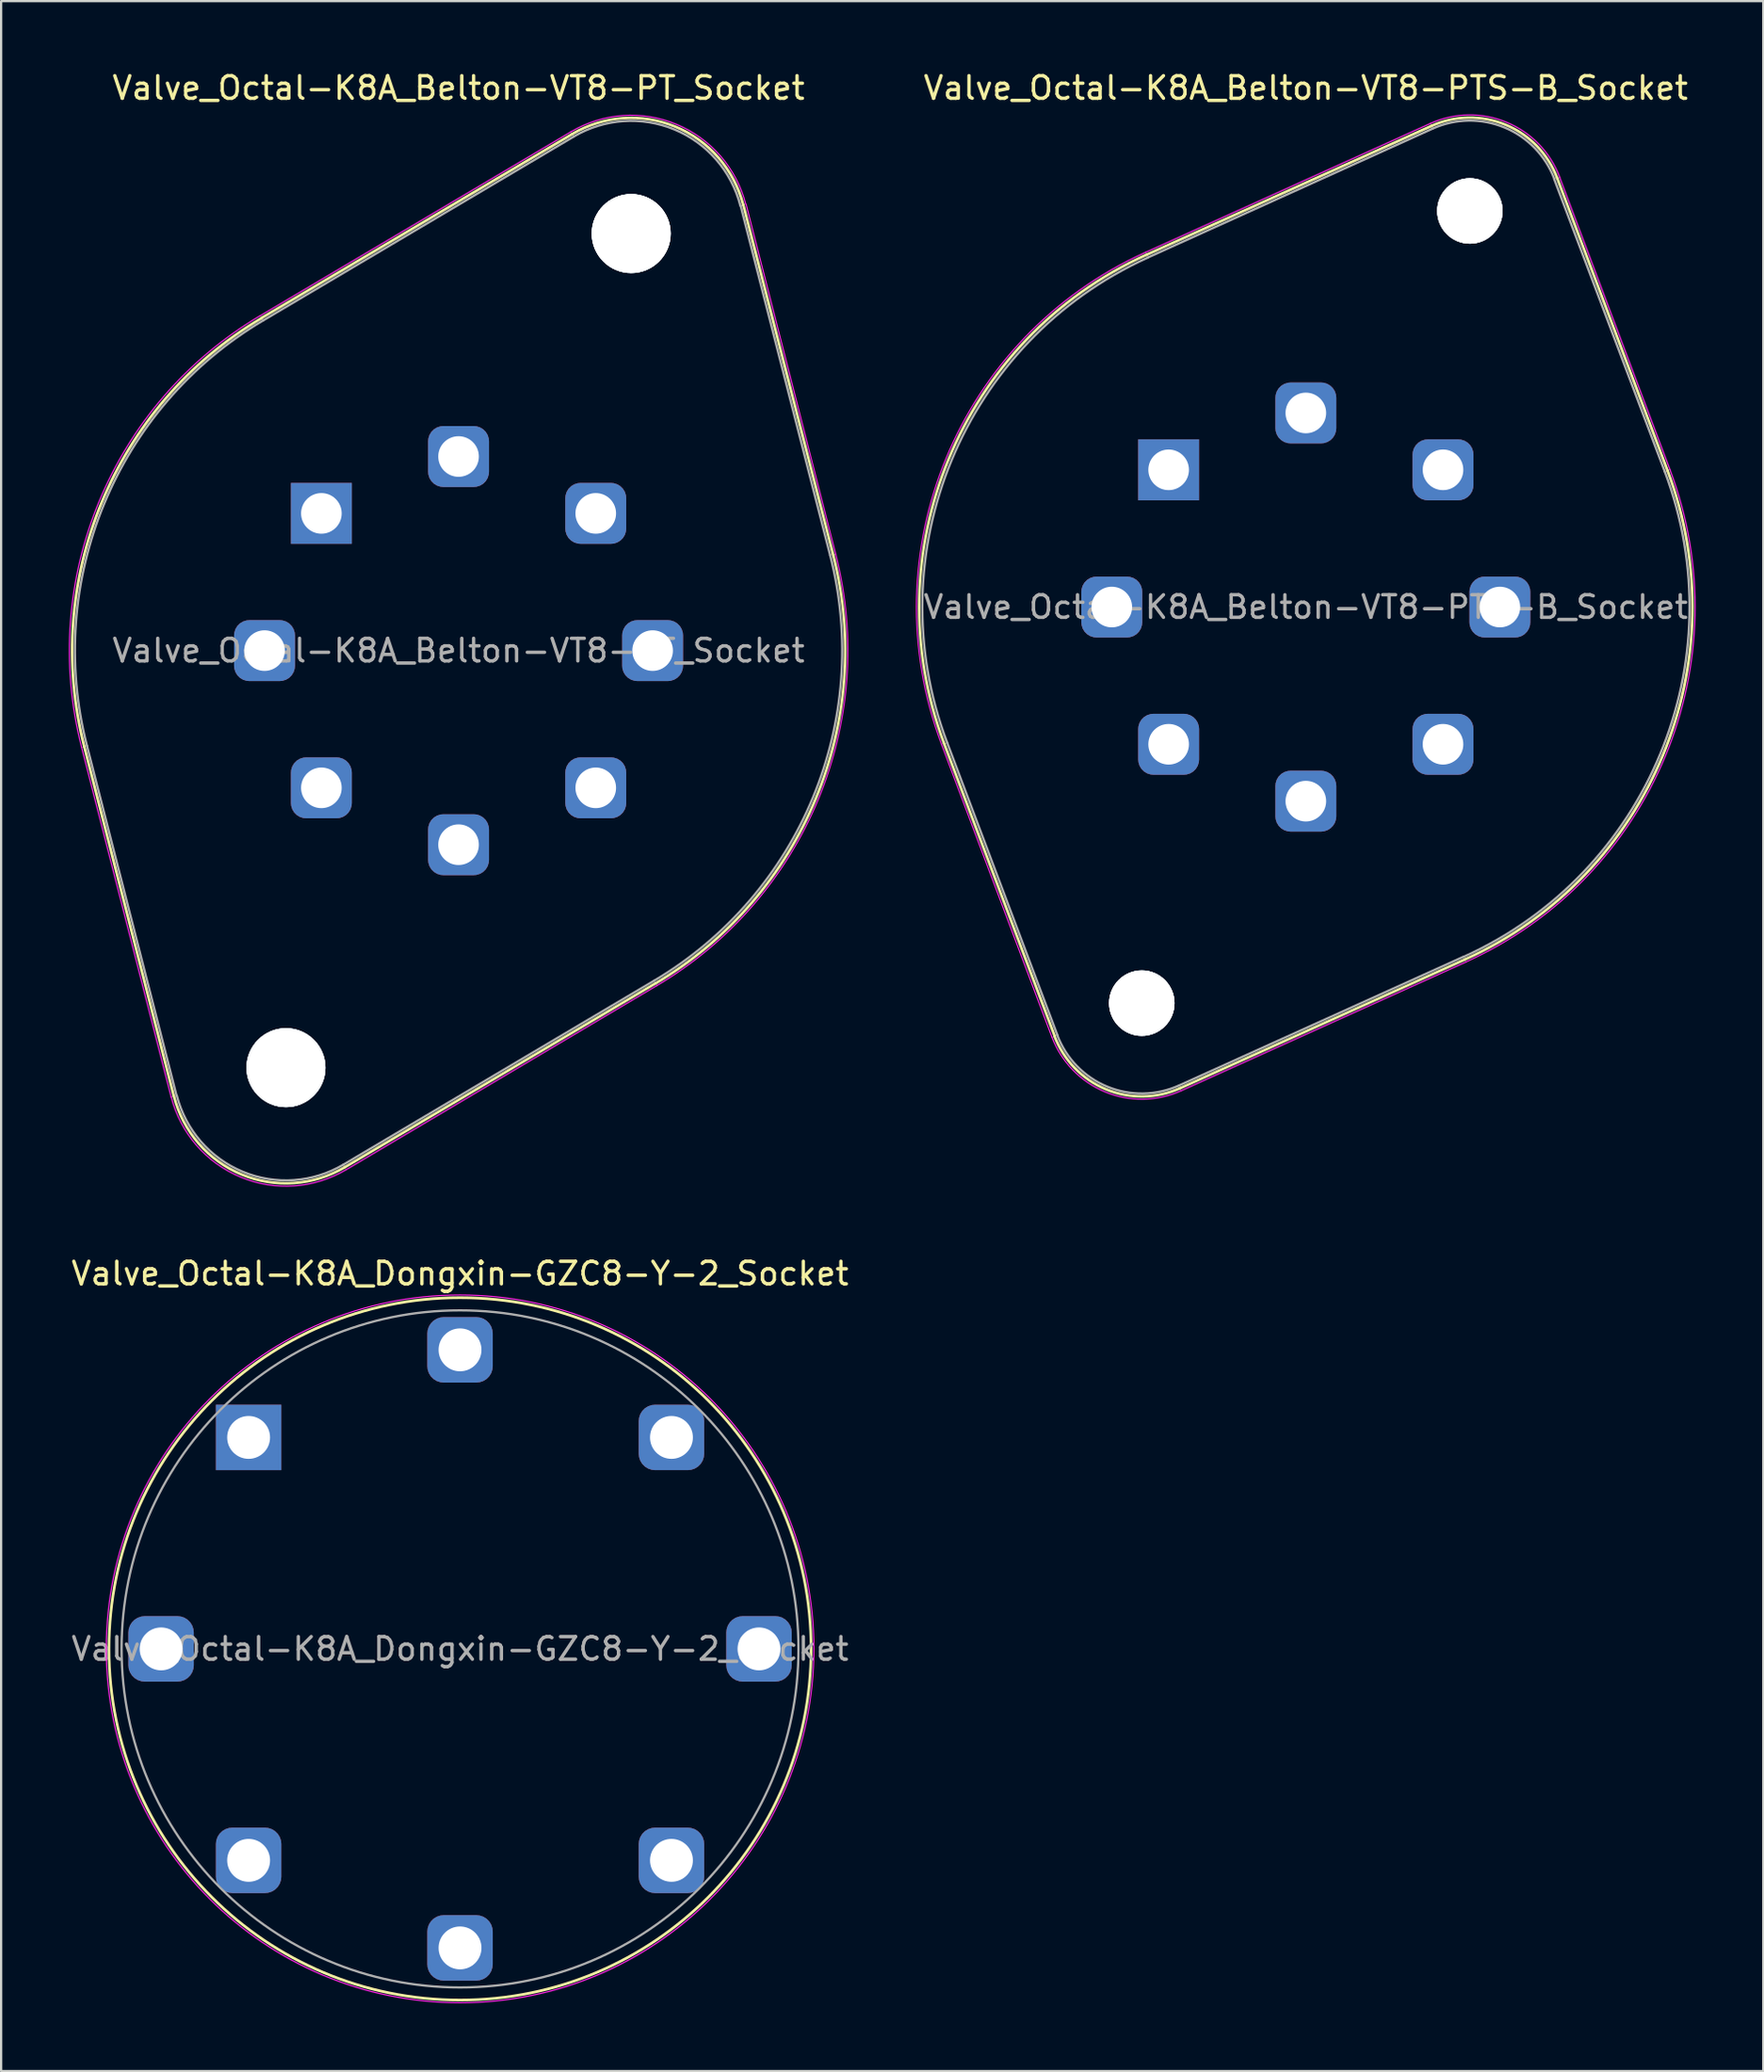
<source format=kicad_pcb>
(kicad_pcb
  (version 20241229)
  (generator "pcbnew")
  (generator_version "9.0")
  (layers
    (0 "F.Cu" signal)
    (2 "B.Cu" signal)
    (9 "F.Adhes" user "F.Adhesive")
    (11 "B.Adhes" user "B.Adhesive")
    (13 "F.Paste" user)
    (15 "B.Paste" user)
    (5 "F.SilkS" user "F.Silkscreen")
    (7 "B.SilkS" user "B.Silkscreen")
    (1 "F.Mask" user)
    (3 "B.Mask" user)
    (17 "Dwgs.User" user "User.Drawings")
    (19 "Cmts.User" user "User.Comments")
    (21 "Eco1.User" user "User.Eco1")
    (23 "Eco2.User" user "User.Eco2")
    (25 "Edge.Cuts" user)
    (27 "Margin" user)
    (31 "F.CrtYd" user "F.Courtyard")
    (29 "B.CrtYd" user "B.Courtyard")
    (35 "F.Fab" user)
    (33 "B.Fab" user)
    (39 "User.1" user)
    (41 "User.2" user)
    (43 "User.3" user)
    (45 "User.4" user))
  (footprint "Valve_Octal-K8A_Belton-VT8-PTS-B_Socket"
    (layer "F.Cu")
    (at 48.745 17.768)
    (property "Reference" "Valve_Octal-K8A_Belton-VT8-PTS-B_Socket" (at 6.08 -16.92 0) (layer "F.SilkS") (effects (font (size 1 1) (thickness 0.15))))
    (attr through_hole)
    (fp_line (start -5.05 25.09) (end -9.95 12.13) (stroke (width 0.12) (type solid)) (layer "F.SilkS"))
    (fp_line (start -0.98 -9.53) (end 11.65 -15.24) (stroke (width 0.12) (type solid)) (layer "F.SilkS"))
    (fp_line (start 0.51 27.4) (end 13.14 21.69) (stroke (width 0.12) (type solid)) (layer "F.SilkS"))
    (fp_line (start 17.22 -12.93) (end 22.11 0.03) (stroke (width 0.12) (type solid)) (layer "F.SilkS"))
    (fp_arc (start -9.95 12.13) (mid -9.749739 -0.476123) (end -0.978221 -9.532332) (stroke (width 0.12) (type solid)) (layer "F.SilkS"))
    (fp_arc (start 0.51 27.4) (mid -2.776148 27.449298) (end -5.060577 25.086548) (stroke (width 0.12) (type solid)) (layer "F.SilkS"))
    (fp_arc (start 11.65 -15.24) (mid 14.936148 -15.289298) (end 17.220577 -12.926548) (stroke (width 0.12) (type solid)) (layer "F.SilkS"))
    (fp_arc (start 22.11 0.03) (mid 21.909739 12.636123) (end 13.138221 21.692332) (stroke (width 0.12) (type solid)) (layer "F.SilkS"))
    (fp_line (start -5.17 25.14) (end -10.06 12.17) (stroke (width 0.05) (type solid)) (layer "F.CrtYd"))
    (fp_line (start -1.02 -9.64) (end 11.6 -15.35) (stroke (width 0.05) (type solid)) (layer "F.CrtYd"))
    (fp_line (start 0.56 27.51) (end 13.19 21.8) (stroke (width 0.05) (type solid)) (layer "F.CrtYd"))
    (fp_line (start 17.33 -12.97) (end 22.22 -0.01) (stroke (width 0.05) (type solid)) (layer "F.CrtYd"))
    (fp_arc (start -10.06 12.17) (mid -9.857328 -0.522218) (end -1.025142 -9.639563) (stroke (width 0.05) (type solid)) (layer "F.CrtYd"))
    (fp_arc (start 0.56 27.51) (mid -2.822156 27.561026) (end -5.173537 25.129444) (stroke (width 0.05) (type solid)) (layer "F.CrtYd"))
    (fp_arc (start 11.6 -15.35) (mid 14.982156 -15.401026) (end 17.333537 -12.969444) (stroke (width 0.05) (type solid)) (layer "F.CrtYd"))
    (fp_arc (start 22.22 -0.01) (mid 22.017328 12.682218) (end 13.185142 21.799563) (stroke (width 0.05) (type solid)) (layer "F.CrtYd"))
    (fp_line (start -4.93 25.05) (end -9.82 12.08) (stroke (width 0.1) (type solid)) (layer "F.Fab"))
    (fp_line (start -0.92 -9.41) (end 11.7 -15.12) (stroke (width 0.1) (type solid)) (layer "F.Fab"))
    (fp_line (start 0.46 27.28) (end 13.08 21.57) (stroke (width 0.1) (type solid)) (layer "F.Fab"))
    (fp_line (start 17.09 -12.88) (end 21.99 0.08) (stroke (width 0.1) (type solid)) (layer "F.Fab"))
    (fp_arc (start -9.82 12.08) (mid -9.620723 -0.423637) (end -0.920046 -9.405779) (stroke (width 0.1) (type solid)) (layer "F.Fab"))
    (fp_arc (start 0.46 27.28) (mid -2.722848 27.330727) (end -4.937638 25.044289) (stroke (width 0.1) (type solid)) (layer "F.Fab"))
    (fp_arc (start 11.7 -15.12) (mid 14.882848 -15.170727) (end 17.097638 -12.884289) (stroke (width 0.1) (type solid)) (layer "F.Fab"))
    (fp_arc (start 21.99 0.08) (mid 21.788016 12.590479) (end 13.080683 21.575759) (stroke (width 0.1) (type solid)) (layer "F.Fab"))
    (fp_text user "${REFERENCE}" (at 6.08 6.08 0) (layer "F.Fab") (effects (font (size 1 1) (thickness 0.15))))
    (pad "" np_thru_hole circle (at -1.19 23.63) (size 2.9 2.9) (drill 2.9) (layers "*.Cu" "*.Mask"))
    (pad "" np_thru_hole circle (at -1.19 23.63) (size 2.9 2.9) (drill 2.9) (layers "*.Cu" "*.Mask"))
    (pad "" np_thru_hole circle (at -1.19 23.63) (size 2.9 2.9) (drill 2.9) (layers "*.Cu" "*.Mask"))
    (pad "" np_thru_hole circle (at 13.35 -11.47) (size 2.9 2.9) (drill 2.9) (layers "*.Cu" "*.Mask"))
    (pad "" np_thru_hole circle (at 13.35 -11.47) (size 2.9 2.9) (drill 2.9) (layers "*.Cu" "*.Mask"))
    (pad "" np_thru_hole circle (at 13.35 -11.47) (size 2.9 2.9) (drill 2.9) (layers "*.Cu" "*.Mask"))
    (pad "1" thru_hole rect (at 0 0) (size 2.7 2.7) (drill 1.8) (layers "*.Cu" "*.Mask"))
    (pad "2" thru_hole roundrect (at -2.52 6.08) (size 2.7 2.7) (drill 1.8) (layers "*.Cu" "*.Mask") (roundrect_rratio 0.25))
    (pad "3" thru_hole roundrect (at 0 12.16) (size 2.7 2.7) (drill 1.8) (layers "*.Cu" "*.Mask") (roundrect_rratio 0.25))
    (pad "4" thru_hole roundrect (at 6.08 14.68) (size 2.7 2.7) (drill 1.8) (layers "*.Cu" "*.Mask") (roundrect_rratio 0.25))
    (pad "5" thru_hole roundrect (at 12.16 12.16) (size 2.7 2.7) (drill 1.8) (layers "*.Cu" "*.Mask") (roundrect_rratio 0.25))
    (pad "6" thru_hole roundrect (at 14.68 6.08) (size 2.7 2.7) (drill 1.8) (layers "*.Cu" "*.Mask") (roundrect_rratio 0.25))
    (pad "7" thru_hole roundrect (at 12.16 0) (size 2.7 2.7) (drill 1.8) (layers "*.Cu" "*.Mask") (roundrect_rratio 0.25))
    (pad "8" thru_hole roundrect (at 6.08 -2.52) (size 2.7 2.7) (drill 1.8) (layers "*.Cu" "*.Mask") (roundrect_rratio 0.25)))
  (footprint "Valve_Octal-K8A_Dongxin-GZC8-Y-2_Socket"
    (layer "F.Cu")
    (at 7.969 60.641)
    (property "Reference" "Valve_Octal-K8A_Dongxin-GZC8-Y-2_Socket" (at 9.37 -7.26 0) (layer "F.SilkS") (effects (font (size 1 1) (thickness 0.15))))
    (attr through_hole)
    (fp_circle (center 9.37 9.37) (end 24.93 9.37) (stroke (width 0.12) (type solid)) (fill no) (layer "F.SilkS"))
    (fp_circle (center 9.37 9.37) (end 25.05 9.37) (stroke (width 0.05) (type solid)) (fill no) (layer "F.CrtYd"))
    (fp_circle (center 9.37 9.37) (end 24.37 9.37) (stroke (width 0.1) (type solid)) (fill no) (layer "F.Fab"))
    (fp_text user "${REFERENCE}" (at 9.37 9.37 0) (layer "F.Fab") (effects (font (size 1 1) (thickness 0.15))))
    (pad "1" thru_hole rect (at 0 0) (size 2.9 2.9) (drill 1.9) (layers "*.Cu" "*.Mask"))
    (pad "2" thru_hole roundrect (at -3.88 9.37) (size 2.9 2.9) (drill 1.9) (layers "*.Cu" "*.Mask") (roundrect_rratio 0.25))
    (pad "3" thru_hole roundrect (at 0 18.74) (size 2.9 2.9) (drill 1.9) (layers "*.Cu" "*.Mask") (roundrect_rratio 0.25))
    (pad "4" thru_hole roundrect (at 9.37 22.62) (size 2.9 2.9) (drill 1.9) (layers "*.Cu" "*.Mask") (roundrect_rratio 0.25))
    (pad "5" thru_hole roundrect (at 18.74 18.74) (size 2.9 2.9) (drill 1.9) (layers "*.Cu" "*.Mask") (roundrect_rratio 0.25))
    (pad "6" thru_hole roundrect (at 22.62 9.37) (size 2.9 2.9) (drill 1.9) (layers "*.Cu" "*.Mask") (roundrect_rratio 0.25))
    (pad "7" thru_hole roundrect (at 18.74 0) (size 2.9 2.9) (drill 1.9) (layers "*.Cu" "*.Mask") (roundrect_rratio 0.25))
    (pad "8" thru_hole roundrect (at 9.37 -3.88) (size 2.9 2.9) (drill 1.9) (layers "*.Cu" "*.Mask") (roundrect_rratio 0.25)))
  (footprint "Valve_Octal-K8A_Belton-VT8-PT_Socket"
    (layer "F.Cu")
    (at 11.194 19.698)
    (property "Reference" "Valve_Octal-K8A_Belton-VT8-PT_Socket" (at 6.08 -18.85 0) (layer "F.SilkS") (effects (font (size 1 1) (thickness 0.15))))
    (attr through_hole)
    (fp_line (start -6.54 25.83) (end -10.51 10.33) (stroke (width 0.12) (type solid)) (layer "F.SilkS"))
    (fp_line (start -2.65 -8.66) (end 11.12 -16.81) (stroke (width 0.12) (type solid)) (layer "F.SilkS"))
    (fp_line (start 1.04 28.97) (end 14.81 20.82) (stroke (width 0.12) (type solid)) (layer "F.SilkS"))
    (fp_line (start 18.7 -13.67) (end 22.68 1.83) (stroke (width 0.12) (type solid)) (layer "F.SilkS"))
    (fp_arc (start -10.51 10.33) (mid -9.741988 -0.474028) (end -2.645147 -8.656431) (stroke (width 0.12) (type solid)) (layer "F.SilkS"))
    (fp_arc (start 1.04 28.97) (mid -3.531991 29.294004) (end -6.534395 25.830818) (stroke (width 0.12) (type solid)) (layer "F.SilkS"))
    (fp_arc (start 11.12 -16.81) (mid 15.691991 -17.134004) (end 18.694395 -13.670818) (stroke (width 0.12) (type solid)) (layer "F.SilkS"))
    (fp_arc (start 22.68 1.83) (mid 21.909988 12.640028) (end 14.807947 20.826031) (stroke (width 0.12) (type solid)) (layer "F.SilkS"))
    (fp_line (start -6.66 25.86) (end -10.63 10.36) (stroke (width 0.05) (type solid)) (layer "F.CrtYd"))
    (fp_line (start -2.71 -8.76) (end 11.06 -16.91) (stroke (width 0.05) (type solid)) (layer "F.CrtYd"))
    (fp_line (start 1.1 29.08) (end 14.87 20.92) (stroke (width 0.05) (type solid)) (layer "F.CrtYd"))
    (fp_line (start 18.82 -13.7) (end 22.79 1.8) (stroke (width 0.05) (type solid)) (layer "F.CrtYd"))
    (fp_arc (start -10.63 10.36) (mid -9.855988 -0.522028) (end -2.707547 -8.763231) (stroke (width 0.05) (type solid)) (layer "F.CrtYd"))
    (fp_arc (start 1.1 29.08) (mid -3.583991 29.408004) (end -6.656795 25.857618) (stroke (width 0.05) (type solid)) (layer "F.CrtYd"))
    (fp_arc (start 11.06 -16.91) (mid 15.735991 -17.242004) (end 18.807195 -13.700418) (stroke (width 0.05) (type solid)) (layer "F.CrtYd"))
    (fp_arc (start 22.79 1.8) (mid 22.015988 12.682028) (end 14.867547 20.923231) (stroke (width 0.05) (type solid)) (layer "F.CrtYd"))
    (fp_line (start -6.42 25.8) (end -10.39 10.3) (stroke (width 0.1) (type solid)) (layer "F.Fab"))
    (fp_line (start -2.58 -8.55) (end 11.19 -16.7) (stroke (width 0.1) (type solid)) (layer "F.Fab"))
    (fp_line (start 0.97 28.86) (end 14.74 20.71) (stroke (width 0.1) (type solid)) (layer "F.Fab"))
    (fp_line (start 18.58 -13.64) (end 22.55 1.86) (stroke (width 0.1) (type solid)) (layer "F.Fab"))
    (fp_arc (start -10.39 10.3) (mid -9.627988 -0.426028) (end -2.582748 -8.549631) (stroke (width 0.1) (type solid)) (layer "F.Fab"))
    (fp_arc (start 0.97 28.86) (mid -3.485992 29.172003) (end -6.409196 25.794417) (stroke (width 0.1) (type solid)) (layer "F.Fab"))
    (fp_arc (start 11.19 -16.7) (mid 15.645992 -17.012003) (end 18.569196 -13.634417) (stroke (width 0.1) (type solid)) (layer "F.Fab"))
    (fp_arc (start 22.55 1.86) (mid 21.787988 12.586028) (end 14.742748 20.709631) (stroke (width 0.1) (type solid)) (layer "F.Fab"))
    (fp_text user "${REFERENCE}" (at 6.08 6.08 0) (layer "F.Fab") (effects (font (size 1 1) (thickness 0.15))))
    (pad "" np_thru_hole circle (at -1.57 24.56) (size 3.5 3.5) (drill 3.5) (layers "*.Cu" "*.Mask"))
    (pad "" np_thru_hole circle (at -1.57 24.56) (size 3.5 3.5) (drill 3.5) (layers "*.Cu" "*.Mask"))
    (pad "" np_thru_hole circle (at -1.57 24.56) (size 3.5 3.5) (drill 3.5) (layers "*.Cu" "*.Mask"))
    (pad "" np_thru_hole circle (at 13.73 -12.4) (size 3.5 3.5) (drill 3.5) (layers "*.Cu" "*.Mask"))
    (pad "" np_thru_hole circle (at 13.73 -12.4) (size 3.5 3.5) (drill 3.5) (layers "*.Cu" "*.Mask"))
    (pad "" np_thru_hole circle (at 13.73 -12.4) (size 3.5 3.5) (drill 3.5) (layers "*.Cu" "*.Mask"))
    (pad "1" thru_hole rect (at 0 0) (size 2.7 2.7) (drill 1.8) (layers "*.Cu" "*.Mask"))
    (pad "2" thru_hole roundrect (at -2.52 6.08) (size 2.7 2.7) (drill 1.8) (layers "*.Cu" "*.Mask") (roundrect_rratio 0.25))
    (pad "3" thru_hole roundrect (at 0 12.16) (size 2.7 2.7) (drill 1.8) (layers "*.Cu" "*.Mask") (roundrect_rratio 0.25))
    (pad "4" thru_hole roundrect (at 6.08 14.68) (size 2.7 2.7) (drill 1.8) (layers "*.Cu" "*.Mask") (roundrect_rratio 0.25))
    (pad "5" thru_hole roundrect (at 12.16 12.16) (size 2.7 2.7) (drill 1.8) (layers "*.Cu" "*.Mask") (roundrect_rratio 0.25))
    (pad "6" thru_hole roundrect (at 14.68 6.08) (size 2.7 2.7) (drill 1.8) (layers "*.Cu" "*.Mask") (roundrect_rratio 0.25))
    (pad "7" thru_hole roundrect (at 12.16 0) (size 2.7 2.7) (drill 1.8) (layers "*.Cu" "*.Mask") (roundrect_rratio 0.25))
    (pad "8" thru_hole roundrect (at 6.08 -2.52) (size 2.7 2.7) (drill 1.8) (layers "*.Cu" "*.Mask") (roundrect_rratio 0.25)))
  (gr_rect
    (start -3 -3)
    (end 75.1 88.716)
    (stroke (width 0.1) (type default))
    (fill no)
    (layer "Edge.Cuts")))
</source>
